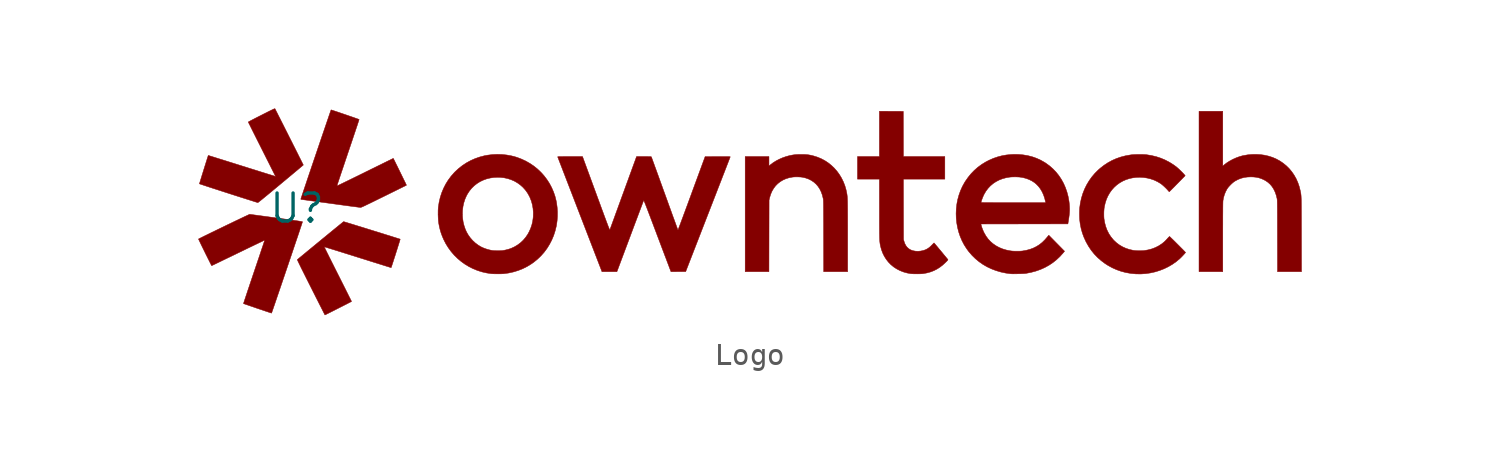
<source format=kicad_sym>
(kicad_symbol_lib
  (version 20241209)
  (generator "kicad_symbol_editor")
  (generator_version "9.0")
  (symbol "Logo"
    (property "Reference" "U"
      (at 0 0 0)
      (effects (font (size 1.27 1.27))))
    (property "Value" ""
      (at 0 0 0)
      (effects (font (size 1.27 1.27))))
    (symbol "Logo_0_0"
      (polyline (pts (xy -1.778 0.254) (xy -1.766 0.262) (xy -1.741 0.281) (xy -1.703 0.311) (xy -1.652 0.351) (xy -1.59 0.401) (xy -1.517 0.461) (xy -1.434 0.529) (xy -1.34 0.606) (xy -1.236 0.692) (xy -1.124 0.784) (xy -1.004 0.884) (xy -0.875 0.991) (xy -0.739 1.104) (xy -0.737 1.106) (xy -0.618 1.205) (xy -0.504 1.3) (xy -0.394 1.392) (xy -0.289 1.479) (xy -0.191 1.561) (xy -0.1 1.637) (xy -0.017 1.706) (xy 0.058 1.769) (xy 0.123 1.824) (xy 0.178 1.87) (xy 0.223 1.908) (xy 0.255 1.935) (xy 0.276 1.953) (xy 0.282 1.959) (xy 0.282 1.961) (xy 0.274 1.976) (xy 0.259 2.007) (xy 0.237 2.051) (xy 0.209 2.107) (xy 0.175 2.176) (xy 0.136 2.254) (xy 0.091 2.342) (xy 0.043 2.439) (xy -0.009 2.543) (xy -0.064 2.652) (xy -0.122 2.768) (xy -0.182 2.886) (xy -0.243 3.009) (xy -0.306 3.133) (xy -0.369 3.257) (xy -0.431 3.382) (xy -0.494 3.506) (xy -0.555 3.627) (xy -0.614 3.744) (xy -0.671 3.857) (xy -0.726 3.965) (xy -0.776 4.066) (xy -0.824 4.159) (xy -0.867 4.244) (xy -0.904 4.319) (xy -0.937 4.383) (xy -0.963 4.434) (xy -0.983 4.473) (xy -0.996 4.498) (xy -1.001 4.508) (xy -1.004 4.51) (xy -1.008 4.511) (xy -1.016 4.511) (xy -1.028 4.508) (xy -1.044 4.502) (xy -1.068 4.492) (xy -1.098 4.478) (xy -1.137 4.459) (xy -1.186 4.436) (xy -1.246 4.406) (xy -1.317 4.371) (xy -1.401 4.328) (xy -1.499 4.279) (xy -1.613 4.221) (xy -1.706 4.174) (xy -1.799 4.127) (xy -1.885 4.083) (xy -1.964 4.042) (xy -2.035 4.005) (xy -2.095 3.974) (xy -2.144 3.947) (xy -2.181 3.927) (xy -2.204 3.914) (xy -2.212 3.908) (xy -2.212 3.907) (xy -2.206 3.894) (xy -2.192 3.866) (xy -2.171 3.823) (xy -2.143 3.768) (xy -2.109 3.699) (xy -2.069 3.619) (xy -2.024 3.528) (xy -1.974 3.428) (xy -1.919 3.319) (xy -1.86 3.201) (xy -1.798 3.077) (xy -1.732 2.946) (xy -1.664 2.811) (xy -1.593 2.671) (xy -1.575 2.634) (xy -1.505 2.495) (xy -1.437 2.361) (xy -1.373 2.232) (xy -1.311 2.11) (xy -1.253 1.995) (xy -1.2 1.889) (xy -1.151 1.791) (xy -1.107 1.704) (xy -1.069 1.628) (xy -1.036 1.563) (xy -1.01 1.511) (xy -0.992 1.473) (xy -0.98 1.45) (xy -0.976 1.441) (xy -0.977 1.442) (xy -0.992 1.446) (xy -1.023 1.456) (xy -1.069 1.47) (xy -1.13 1.489) (xy -1.205 1.512) (xy -1.292 1.539) (xy -1.391 1.57) (xy -1.5 1.604) (xy -1.62 1.641) (xy -1.749 1.682) (xy -1.886 1.725) (xy -2.031 1.77) (xy -2.182 1.817) (xy -2.338 1.867) (xy -2.5 1.917) (xy -2.56 1.936) (xy -2.72 1.986) (xy -2.874 2.035) (xy -3.023 2.081) (xy -3.165 2.126) (xy -3.3 2.168) (xy -3.425 2.207) (xy -3.542 2.243) (xy -3.647 2.276) (xy -3.742 2.306) (xy -3.825 2.332) (xy -3.894 2.353) (xy -3.95 2.37) (xy -3.991 2.383) (xy -4.017 2.39) (xy -4.026 2.393) (xy -4.028 2.385) (xy -4.036 2.362) (xy -4.048 2.324) (xy -4.065 2.274) (xy -4.084 2.213) (xy -4.106 2.142) (xy -4.131 2.064) (xy -4.157 1.98) (xy -4.185 1.892) (xy -4.213 1.801) (xy -4.242 1.709) (xy -4.27 1.618) (xy -4.298 1.53) (xy -4.324 1.445) (xy -4.348 1.366) (xy -4.37 1.295) (xy -4.389 1.232) (xy -4.405 1.181) (xy -4.417 1.141) (xy -4.424 1.116) (xy -4.426 1.107) (xy -4.426 1.106) (xy -4.412 1.101) (xy -4.382 1.091) (xy -4.337 1.075) (xy -4.278 1.056) (xy -4.206 1.032) (xy -4.121 1.004) (xy -4.024 0.972) (xy -3.918 0.937) (xy -3.801 0.899) (xy -3.676 0.859) (xy -3.544 0.816) (xy -3.405 0.771) (xy -3.26 0.724) (xy -3.11 0.676) (xy -3.07 0.663) (xy -2.921 0.615) (xy -2.777 0.569) (xy -2.639 0.525) (xy -2.508 0.483) (xy -2.384 0.444) (xy -2.269 0.407) (xy -2.164 0.374) (xy -2.069 0.344) (xy -1.986 0.318) (xy -1.916 0.295) (xy -1.859 0.278) (xy -1.816 0.265) (xy -1.789 0.257) (xy -1.779 0.254) (xy -1.778 0.254)) (stroke (width 0.01) (type default)) (fill (type outline)))
      (polyline (pts (xy -1.156 -4.75) (xy -1.148 -4.729) (xy -1.135 -4.693) (xy -1.117 -4.641) (xy -1.094 -4.576) (xy -1.067 -4.498) (xy -1.036 -4.407) (xy -1.001 -4.306) (xy -0.963 -4.194) (xy -0.922 -4.073) (xy -0.878 -3.944) (xy -0.831 -3.807) (xy -0.782 -3.664) (xy -0.731 -3.514) (xy -0.679 -3.361) (xy -0.626 -3.203) (xy -0.571 -3.043) (xy -0.516 -2.88) (xy -0.46 -2.716) (xy -0.405 -2.553) (xy -0.35 -2.39) (xy -0.295 -2.228) (xy -0.241 -2.07) (xy -0.189 -1.914) (xy -0.138 -1.763) (xy -0.089 -1.617) (xy -0.042 -1.478) (xy 0.003 -1.346) (xy 0.045 -1.222) (xy 0.084 -1.106) (xy 0.119 -1.001) (xy 0.15 -0.906) (xy 0.178 -0.823) (xy 0.202 -0.752) (xy 0.22 -0.695) (xy 0.234 -0.653) (xy 0.243 -0.626) (xy 0.246 -0.615) (xy 0.245 -0.614) (xy 0.24 -0.612) (xy 0.228 -0.608) (xy 0.208 -0.604) (xy 0.179 -0.599) (xy 0.14 -0.592) (xy 0.091 -0.584) (xy 0.032 -0.575) (xy -0.04 -0.565) (xy -0.124 -0.553) (xy -0.222 -0.539) (xy -0.334 -0.523) (xy -0.461 -0.505) (xy -0.604 -0.485) (xy -0.763 -0.464) (xy -0.939 -0.439) (xy -0.98 -0.434) (xy -1.125 -0.414) (xy -1.264 -0.395) (xy -1.397 -0.377) (xy -1.522 -0.36) (xy -1.64 -0.344) (xy -1.748 -0.33) (xy -1.845 -0.316) (xy -1.931 -0.305) (xy -2.005 -0.295) (xy -2.064 -0.287) (xy -2.109 -0.281) (xy -2.138 -0.278) (xy -2.15 -0.277) (xy -2.159 -0.28) (xy -2.184 -0.291) (xy -2.223 -0.308) (xy -2.275 -0.333) (xy -2.339 -0.362) (xy -2.413 -0.397) (xy -2.497 -0.437) (xy -2.589 -0.481) (xy -2.689 -0.529) (xy -2.795 -0.579) (xy -2.905 -0.632) (xy -3.02 -0.688) (xy -3.138 -0.744) (xy -3.256 -0.801) (xy -3.376 -0.859) (xy -3.495 -0.917) (xy -3.612 -0.973) (xy -3.726 -1.029) (xy -3.837 -1.082) (xy -3.942 -1.134) (xy -4.04 -1.182) (xy -4.132 -1.227) (xy -4.215 -1.267) (xy -4.288 -1.304) (xy -4.35 -1.335) (xy -4.4 -1.36) (xy -4.438 -1.379) (xy -4.461 -1.391) (xy -4.468 -1.396) (xy -4.465 -1.405) (xy -4.455 -1.428) (xy -4.437 -1.465) (xy -4.414 -1.513) (xy -4.386 -1.572) (xy -4.354 -1.639) (xy -4.318 -1.713) (xy -4.279 -1.792) (xy -4.238 -1.875) (xy -4.196 -1.961) (xy -4.154 -2.047) (xy -4.112 -2.132) (xy -4.07 -2.215) (xy -4.031 -2.294) (xy -3.994 -2.367) (xy -3.961 -2.434) (xy -3.932 -2.491) (xy -3.908 -2.539) (xy -3.889 -2.575) (xy -3.877 -2.597) (xy -3.872 -2.605) (xy -3.863 -2.601) (xy -3.838 -2.589) (xy -3.799 -2.57) (xy -3.745 -2.545) (xy -3.68 -2.513) (xy -3.602 -2.476) (xy -3.514 -2.433) (xy -3.415 -2.385) (xy -3.308 -2.333) (xy -3.192 -2.277) (xy -3.069 -2.218) (xy -2.94 -2.156) (xy -2.805 -2.091) (xy -2.667 -2.023) (xy -2.664 -2.022) (xy -2.525 -1.955) (xy -2.391 -1.89) (xy -2.262 -1.827) (xy -2.14 -1.768) (xy -2.025 -1.713) (xy -1.918 -1.661) (xy -1.82 -1.615) (xy -1.732 -1.572) (xy -1.655 -1.536) (xy -1.59 -1.505) (xy -1.538 -1.48) (xy -1.5 -1.462) (xy -1.476 -1.451) (xy -1.467 -1.447) (xy -1.47 -1.455) (xy -1.477 -1.48) (xy -1.49 -1.52) (xy -1.509 -1.575) (xy -1.531 -1.644) (xy -1.558 -1.725) (xy -1.59 -1.818) (xy -1.625 -1.922) (xy -1.663 -2.037) (xy -1.704 -2.16) (xy -1.749 -2.292) (xy -1.796 -2.431) (xy -1.845 -2.577) (xy -1.896 -2.728) (xy -1.949 -2.885) (xy -2 -3.035) (xy -2.051 -3.187) (xy -2.1 -3.333) (xy -2.147 -3.472) (xy -2.191 -3.604) (xy -2.233 -3.728) (xy -2.271 -3.843) (xy -2.306 -3.948) (xy -2.337 -4.042) (xy -2.365 -4.124) (xy -2.387 -4.193) (xy -2.405 -4.248) (xy -2.419 -4.289) (xy -2.426 -4.314) (xy -2.429 -4.323) (xy -2.421 -4.326) (xy -2.398 -4.335) (xy -2.36 -4.348) (xy -2.308 -4.366) (xy -2.244 -4.388) (xy -2.17 -4.414) (xy -2.087 -4.442) (xy -1.996 -4.473) (xy -1.899 -4.507) (xy -1.796 -4.542) (xy -1.704 -4.573) (xy -1.605 -4.606) (xy -1.513 -4.637) (xy -1.429 -4.666) (xy -1.353 -4.691) (xy -1.288 -4.713) (xy -1.234 -4.731) (xy -1.194 -4.744) (xy -1.168 -4.753) (xy -1.158 -4.755) (xy -1.156 -4.75)) (stroke (width 0.01) (type default)) (fill (type outline)))
      (polyline (pts (xy 1.272 -4.834) (xy 1.295 -4.823) (xy 1.332 -4.805) (xy 1.38 -4.781) (xy 1.438 -4.752) (xy 1.505 -4.719) (xy 1.579 -4.681) (xy 1.658 -4.642) (xy 1.74 -4.6) (xy 1.825 -4.557) (xy 1.911 -4.513) (xy 1.996 -4.47) (xy 2.079 -4.428) (xy 2.157 -4.388) (xy 2.231 -4.351) (xy 2.297 -4.316) (xy 2.354 -4.287) (xy 2.402 -4.262) (xy 2.438 -4.244) (xy 2.46 -4.231) (xy 2.468 -4.227) (xy 2.468 -4.226) (xy 2.462 -4.213) (xy 2.448 -4.184) (xy 2.426 -4.141) (xy 2.399 -4.085) (xy 2.364 -4.017) (xy 2.324 -3.937) (xy 2.279 -3.846) (xy 2.228 -3.745) (xy 2.174 -3.636) (xy 2.115 -3.519) (xy 2.052 -3.394) (xy 1.986 -3.263) (xy 1.918 -3.127) (xy 1.847 -2.987) (xy 1.826 -2.945) (xy 1.756 -2.806) (xy 1.688 -2.671) (xy 1.624 -2.542) (xy 1.562 -2.42) (xy 1.505 -2.305) (xy 1.451 -2.198) (xy 1.403 -2.1) (xy 1.359 -2.013) (xy 1.321 -1.936) (xy 1.289 -1.872) (xy 1.264 -1.82) (xy 1.245 -1.781) (xy 1.234 -1.758) (xy 1.23 -1.749) (xy 1.231 -1.749) (xy 1.245 -1.753) (xy 1.275 -1.762) (xy 1.321 -1.776) (xy 1.381 -1.794) (xy 1.455 -1.817) (xy 1.542 -1.844) (xy 1.64 -1.874) (xy 1.749 -1.908) (xy 1.868 -1.945) (xy 1.997 -1.985) (xy 2.133 -2.028) (xy 2.277 -2.073) (xy 2.428 -2.12) (xy 2.584 -2.169) (xy 2.745 -2.22) (xy 2.793 -2.235) (xy 2.953 -2.285) (xy 3.107 -2.333) (xy 3.256 -2.38) (xy 3.398 -2.425) (xy 3.533 -2.467) (xy 3.659 -2.506) (xy 3.776 -2.543) (xy 3.882 -2.576) (xy 3.977 -2.606) (xy 4.06 -2.632) (xy 4.13 -2.653) (xy 4.187 -2.671) (xy 4.228 -2.684) (xy 4.254 -2.692) (xy 4.263 -2.694) (xy 4.268 -2.685) (xy 4.276 -2.66) (xy 4.29 -2.621) (xy 4.306 -2.57) (xy 4.327 -2.507) (xy 4.35 -2.436) (xy 4.375 -2.358) (xy 4.402 -2.273) (xy 4.431 -2.185) (xy 4.46 -2.094) (xy 4.489 -2.002) (xy 4.518 -1.911) (xy 4.546 -1.823) (xy 4.572 -1.738) (xy 4.597 -1.66) (xy 4.619 -1.589) (xy 4.638 -1.527) (xy 4.654 -1.476) (xy 4.665 -1.437) (xy 4.672 -1.412) (xy 4.674 -1.403) (xy 4.671 -1.402) (xy 4.652 -1.395) (xy 4.617 -1.384) (xy 4.569 -1.369) (xy 4.506 -1.349) (xy 4.432 -1.326) (xy 4.347 -1.299) (xy 4.253 -1.269) (xy 4.15 -1.237) (xy 4.039 -1.203) (xy 3.923 -1.166) (xy 3.801 -1.128) (xy 3.676 -1.089) (xy 3.548 -1.05) (xy 3.419 -1.01) (xy 3.289 -0.969) (xy 3.161 -0.93) (xy 3.034 -0.89) (xy 2.911 -0.852) (xy 2.792 -0.816) (xy 2.679 -0.781) (xy 2.573 -0.748) (xy 2.475 -0.718) (xy 2.386 -0.691) (xy 2.307 -0.667) (xy 2.24 -0.646) (xy 2.185 -0.63) (xy 2.144 -0.618) (xy 2.119 -0.61) (xy 2.11 -0.608) (xy 2.106 -0.61) (xy 2.089 -0.624) (xy 2.06 -0.647) (xy 2.019 -0.68) (xy 1.968 -0.722) (xy 1.907 -0.771) (xy 1.837 -0.829) (xy 1.759 -0.892) (xy 1.675 -0.961) (xy 1.585 -1.035) (xy 1.489 -1.113) (xy 1.39 -1.194) (xy 1.288 -1.278) (xy 1.183 -1.364) (xy 1.078 -1.45) (xy 0.973 -1.537) (xy 0.868 -1.623) (xy 0.765 -1.708) (xy 0.664 -1.791) (xy 0.568 -1.87) (xy 0.475 -1.946) (xy 0.389 -2.018) (xy 0.309 -2.084) (xy 0.236 -2.144) (xy 0.172 -2.197) (xy 0.117 -2.242) (xy 0.073 -2.279) (xy 0.04 -2.307) (xy 0.018 -2.325) (xy 0.011 -2.332) (xy 0.012 -2.339) (xy 0.021 -2.36) (xy 0.037 -2.396) (xy 0.061 -2.447) (xy 0.093 -2.513) (xy 0.132 -2.593) (xy 0.179 -2.689) (xy 0.234 -2.8) (xy 0.298 -2.927) (xy 0.369 -3.069) (xy 0.448 -3.227) (xy 0.535 -3.401) (xy 0.631 -3.591) (xy 0.658 -3.644) (xy 0.728 -3.784) (xy 0.796 -3.918) (xy 0.861 -4.048) (xy 0.923 -4.17) (xy 0.981 -4.285) (xy 1.035 -4.392) (xy 1.085 -4.489) (xy 1.129 -4.576) (xy 1.168 -4.653) (xy 1.2 -4.717) (xy 1.227 -4.769) (xy 1.246 -4.807) (xy 1.258 -4.83) (xy 1.263 -4.838) (xy 1.272 -4.834)) (stroke (width 0.01) (type default)) (fill (type outline)))
      (polyline (pts (xy 2.878 0.035) (xy 2.887 0.036) (xy 2.899 0.04) (xy 2.916 0.046) (xy 2.938 0.055) (xy 2.967 0.067) (xy 3.003 0.083) (xy 3.046 0.103) (xy 3.099 0.128) (xy 3.16 0.158) (xy 3.233 0.193) (xy 3.317 0.233) (xy 3.413 0.28) (xy 3.521 0.333) (xy 3.644 0.394) (xy 3.781 0.461) (xy 3.934 0.536) (xy 4.058 0.597) (xy 4.181 0.658) (xy 4.299 0.716) (xy 4.411 0.771) (xy 4.515 0.823) (xy 4.61 0.87) (xy 4.696 0.912) (xy 4.772 0.95) (xy 4.836 0.982) (xy 4.888 1.007) (xy 4.926 1.026) (xy 4.95 1.038) (xy 4.958 1.043) (xy 4.958 1.043) (xy 4.954 1.052) (xy 4.943 1.077) (xy 4.925 1.114) (xy 4.902 1.163) (xy 4.873 1.222) (xy 4.84 1.289) (xy 4.804 1.363) (xy 4.765 1.443) (xy 4.724 1.527) (xy 4.682 1.613) (xy 4.64 1.699) (xy 4.598 1.784) (xy 4.557 1.868) (xy 4.518 1.947) (xy 4.481 2.021) (xy 4.449 2.087) (xy 4.42 2.145) (xy 4.396 2.193) (xy 4.378 2.229) (xy 4.366 2.252) (xy 4.361 2.26) (xy 4.359 2.259) (xy 4.343 2.251) (xy 4.312 2.236) (xy 4.266 2.213) (xy 4.208 2.184) (xy 4.137 2.15) (xy 4.054 2.109) (xy 3.961 2.063) (xy 3.858 2.012) (xy 3.746 1.957) (xy 3.626 1.898) (xy 3.499 1.835) (xy 3.365 1.77) (xy 3.227 1.701) (xy 3.083 1.631) (xy 3.01 1.594) (xy 2.869 1.525) (xy 2.732 1.458) (xy 2.602 1.394) (xy 2.479 1.334) (xy 2.363 1.277) (xy 2.255 1.224) (xy 2.157 1.177) (xy 2.069 1.134) (xy 1.992 1.097) (xy 1.927 1.066) (xy 1.875 1.041) (xy 1.836 1.023) (xy 1.813 1.012) (xy 1.804 1.009) (xy 1.804 1.01) (xy 1.809 1.024) (xy 1.818 1.055) (xy 1.833 1.1) (xy 1.853 1.16) (xy 1.878 1.234) (xy 1.906 1.32) (xy 1.939 1.418) (xy 1.975 1.526) (xy 2.015 1.645) (xy 2.058 1.772) (xy 2.104 1.908) (xy 2.152 2.051) (xy 2.202 2.201) (xy 2.255 2.356) (xy 2.308 2.516) (xy 2.325 2.563) (xy 2.378 2.722) (xy 2.43 2.875) (xy 2.48 3.023) (xy 2.527 3.164) (xy 2.572 3.298) (xy 2.614 3.423) (xy 2.653 3.539) (xy 2.688 3.644) (xy 2.72 3.739) (xy 2.747 3.821) (xy 2.77 3.891) (xy 2.788 3.947) (xy 2.802 3.989) (xy 2.81 4.014) (xy 2.812 4.024) (xy 2.807 4.026) (xy 2.786 4.034) (xy 2.751 4.047) (xy 2.703 4.064) (xy 2.643 4.085) (xy 2.575 4.109) (xy 2.498 4.136) (xy 2.416 4.164) (xy 2.329 4.194) (xy 2.24 4.225) (xy 2.149 4.256) (xy 2.059 4.287) (xy 1.97 4.317) (xy 1.886 4.346) (xy 1.807 4.372) (xy 1.736 4.396) (xy 1.673 4.417) (xy 1.62 4.434) (xy 1.58 4.447) (xy 1.553 4.456) (xy 1.542 4.459) (xy 1.542 4.458) (xy 1.537 4.446) (xy 1.526 4.417) (xy 1.511 4.374) (xy 1.491 4.316) (xy 1.466 4.244) (xy 1.437 4.16) (xy 1.405 4.065) (xy 1.368 3.959) (xy 1.329 3.843) (xy 1.286 3.719) (xy 1.241 3.586) (xy 1.194 3.447) (xy 1.144 3.302) (xy 1.093 3.152) (xy 1.04 2.997) (xy 0.987 2.839) (xy 0.932 2.679) (xy 0.878 2.518) (xy 0.823 2.356) (xy 0.768 2.195) (xy 0.714 2.035) (xy 0.66 1.877) (xy 0.608 1.722) (xy 0.557 1.572) (xy 0.508 1.427) (xy 0.461 1.288) (xy 0.417 1.155) (xy 0.375 1.031) (xy 0.336 0.915) (xy 0.3 0.809) (xy 0.269 0.714) (xy 0.241 0.63) (xy 0.217 0.559) (xy 0.198 0.501) (xy 0.183 0.457) (xy 0.174 0.429) (xy 0.171 0.416) (xy 0.171 0.414) (xy 0.174 0.405) (xy 0.188 0.399) (xy 0.216 0.394) (xy 0.227 0.393) (xy 0.255 0.389) (xy 0.3 0.383) (xy 0.359 0.375) (xy 0.433 0.365) (xy 0.52 0.353) (xy 0.618 0.339) (xy 0.728 0.325) (xy 0.847 0.308) (xy 0.975 0.291) (xy 1.11 0.272) (xy 1.252 0.253) (xy 1.399 0.233) (xy 1.551 0.212) (xy 1.675 0.195) (xy 1.823 0.175) (xy 1.966 0.155) (xy 2.102 0.137) (xy 2.231 0.119) (xy 2.351 0.103) (xy 2.461 0.088) (xy 2.561 0.075) (xy 2.649 0.064) (xy 2.724 0.054) (xy 2.786 0.046) (xy 2.832 0.04) (xy 2.862 0.036) (xy 2.876 0.035) (xy 2.878 0.035)) (stroke (width 0.01) (type default)) (fill (type outline)))
      (polyline (pts (xy 9.188 -2.975) (xy 9.259 -2.974) (xy 9.32 -2.971) (xy 9.367 -2.968) (xy 9.373 -2.967) (xy 9.598 -2.936) (xy 9.816 -2.887) (xy 10.027 -2.822) (xy 10.231 -2.741) (xy 10.427 -2.643) (xy 10.615 -2.528) (xy 10.737 -2.442) (xy 10.905 -2.304) (xy 11.06 -2.154) (xy 11.203 -1.992) (xy 11.331 -1.819) (xy 11.445 -1.635) (xy 11.545 -1.442) (xy 11.63 -1.241) (xy 11.698 -1.031) (xy 11.751 -0.815) (xy 11.761 -0.761) (xy 11.788 -0.566) (xy 11.802 -0.365) (xy 11.803 -0.161) (xy 11.79 0.04) (xy 11.764 0.234) (xy 11.746 0.333) (xy 11.693 0.543) (xy 11.623 0.746) (xy 11.538 0.941) (xy 11.438 1.128) (xy 11.323 1.305) (xy 11.195 1.473) (xy 11.054 1.63) (xy 10.9 1.776) (xy 10.735 1.909) (xy 10.558 2.029) (xy 10.371 2.136) (xy 10.174 2.228) (xy 9.968 2.306) (xy 9.926 2.319) (xy 9.72 2.374) (xy 9.507 2.413) (xy 9.29 2.436) (xy 9.071 2.442) (xy 8.852 2.432) (xy 8.635 2.405) (xy 8.491 2.378) (xy 8.278 2.322) (xy 8.072 2.25) (xy 7.872 2.162) (xy 7.681 2.058) (xy 7.499 1.939) (xy 7.328 1.805) (xy 7.167 1.657) (xy 7.125 1.614) (xy 6.981 1.45) (xy 6.852 1.276) (xy 6.738 1.093) (xy 6.64 0.9) (xy 6.556 0.698) (xy 6.489 0.489) (xy 6.439 0.274) (xy 6.404 0.052) (xy 6.399 -0.008) (xy 6.394 -0.096) (xy 6.393 -0.192) (xy 6.393 -0.271) (xy 7.494 -0.271) (xy 7.5 -0.097) (xy 7.521 0.075) (xy 7.557 0.242) (xy 7.609 0.404) (xy 7.676 0.558) (xy 7.722 0.644) (xy 7.812 0.782) (xy 7.914 0.907) (xy 8.029 1.019) (xy 8.155 1.118) (xy 8.29 1.203) (xy 8.436 1.273) (xy 8.59 1.329) (xy 8.752 1.369) (xy 8.921 1.394) (xy 9.097 1.402) (xy 9.204 1.399) (xy 9.376 1.381) (xy 9.541 1.346) (xy 9.699 1.295) (xy 9.849 1.23) (xy 9.989 1.149) (xy 10.12 1.055) (xy 10.241 0.947) (xy 10.35 0.825) (xy 10.446 0.691) (xy 10.529 0.544) (xy 10.557 0.485) (xy 10.621 0.323) (xy 10.667 0.155) (xy 10.697 -0.019) (xy 10.71 -0.197) (xy 10.706 -0.379) (xy 10.701 -0.44) (xy 10.678 -0.606) (xy 10.64 -0.763) (xy 10.587 -0.917) (xy 10.518 -1.07) (xy 10.452 -1.19) (xy 10.357 -1.327) (xy 10.25 -1.452) (xy 10.13 -1.565) (xy 9.999 -1.663) (xy 9.858 -1.748) (xy 9.708 -1.817) (xy 9.704 -1.818) (xy 9.633 -1.844) (xy 9.551 -1.868) (xy 9.466 -1.89) (xy 9.383 -1.907) (xy 9.311 -1.919) (xy 9.291 -1.921) (xy 9.239 -1.924) (xy 9.177 -1.926) (xy 9.108 -1.926) (xy 9.037 -1.926) (xy 8.971 -1.924) (xy 8.913 -1.921) (xy 8.868 -1.917) (xy 8.844 -1.914) (xy 8.74 -1.894) (xy 8.63 -1.865) (xy 8.52 -1.829) (xy 8.417 -1.788) (xy 8.326 -1.744) (xy 8.207 -1.671) (xy 8.079 -1.575) (xy 7.961 -1.465) (xy 7.854 -1.345) (xy 7.761 -1.216) (xy 7.683 -1.08) (xy 7.624 -0.948) (xy 7.569 -0.785) (xy 7.528 -0.617) (xy 7.504 -0.445) (xy 7.494 -0.271) (xy 6.393 -0.271) (xy 6.393 -0.294) (xy 6.396 -0.395) (xy 6.401 -0.492) (xy 6.408 -0.581) (xy 6.417 -0.655) (xy 6.422 -0.686) (xy 6.451 -0.841) (xy 6.486 -0.985) (xy 6.528 -1.125) (xy 6.58 -1.266) (xy 6.641 -1.409) (xy 6.74 -1.604) (xy 6.854 -1.788) (xy 6.981 -1.962) (xy 7.12 -2.124) (xy 7.272 -2.274) (xy 7.434 -2.411) (xy 7.607 -2.536) (xy 7.789 -2.646) (xy 7.979 -2.742) (xy 8.177 -2.822) (xy 8.382 -2.887) (xy 8.593 -2.935) (xy 8.809 -2.967) (xy 8.836 -2.969) (xy 8.892 -2.972) (xy 8.959 -2.974) (xy 9.034 -2.975) (xy 9.111 -2.976) (xy 9.188 -2.975)) (stroke (width 0.01) (type default)) (fill (type outline)))
      (polyline (pts (xy 17.284 -2.874) (xy 17.617 -2.872) (xy 18.623 -0.281) (xy 18.645 -0.225) (xy 18.726 -0.017) (xy 18.805 0.186) (xy 18.882 0.385) (xy 18.957 0.577) (xy 19.029 0.763) (xy 19.098 0.942) (xy 19.165 1.113) (xy 19.228 1.275) (xy 19.287 1.429) (xy 19.343 1.572) (xy 19.395 1.705) (xy 19.442 1.827) (xy 19.485 1.938) (xy 19.523 2.036) (xy 19.556 2.121) (xy 19.583 2.192) (xy 19.605 2.249) (xy 19.621 2.29) (xy 19.631 2.316) (xy 19.635 2.326) (xy 19.635 2.329) (xy 19.633 2.332) (xy 19.627 2.334) (xy 19.616 2.336) (xy 19.598 2.338) (xy 19.573 2.339) (xy 19.539 2.34) (xy 19.494 2.34) (xy 19.437 2.341) (xy 19.368 2.341) (xy 19.284 2.341) (xy 19.185 2.34) (xy 19.068 2.34) (xy 18.497 2.337) (xy 17.884 0.67) (xy 17.871 0.633) (xy 17.81 0.467) (xy 17.75 0.305) (xy 17.693 0.149) (xy 17.637 -0.001) (xy 17.585 -0.143) (xy 17.535 -0.277) (xy 17.489 -0.402) (xy 17.446 -0.517) (xy 17.407 -0.622) (xy 17.372 -0.716) (xy 17.341 -0.797) (xy 17.315 -0.865) (xy 17.295 -0.919) (xy 17.279 -0.959) (xy 17.27 -0.983) (xy 17.266 -0.99) (xy 17.266 -0.99) (xy 17.262 -0.98) (xy 17.252 -0.953) (xy 17.236 -0.91) (xy 17.215 -0.854) (xy 17.189 -0.783) (xy 17.159 -0.7) (xy 17.124 -0.604) (xy 17.085 -0.497) (xy 17.042 -0.38) (xy 16.996 -0.253) (xy 16.947 -0.117) (xy 16.895 0.026) (xy 16.84 0.177) (xy 16.784 0.334) (xy 16.725 0.496) (xy 16.665 0.663) (xy 16.66 0.676) (xy 16.599 0.843) (xy 16.541 1.005) (xy 16.484 1.162) (xy 16.43 1.313) (xy 16.378 1.456) (xy 16.329 1.591) (xy 16.283 1.718) (xy 16.24 1.835) (xy 16.201 1.942) (xy 16.167 2.038) (xy 16.136 2.121) (xy 16.111 2.191) (xy 16.09 2.248) (xy 16.075 2.29) (xy 16.065 2.316) (xy 16.061 2.326) (xy 16.059 2.329) (xy 16.054 2.332) (xy 16.045 2.335) (xy 16.031 2.338) (xy 16.008 2.339) (xy 15.977 2.341) (xy 15.934 2.341) (xy 15.878 2.342) (xy 15.808 2.342) (xy 15.721 2.342) (xy 15.389 2.342) (xy 15.376 2.303) (xy 15.375 2.301) (xy 15.369 2.285) (xy 15.357 2.252) (xy 15.34 2.205) (xy 15.318 2.144) (xy 15.291 2.07) (xy 15.26 1.985) (xy 15.225 1.889) (xy 15.186 1.783) (xy 15.145 1.669) (xy 15.1 1.547) (xy 15.053 1.418) (xy 15.005 1.284) (xy 14.954 1.146) (xy 14.902 1.004) (xy 14.85 0.86) (xy 14.797 0.714) (xy 14.743 0.568) (xy 14.69 0.422) (xy 14.638 0.278) (xy 14.586 0.137) (xy 14.536 -0.001) (xy 14.488 -0.133) (xy 14.441 -0.26) (xy 14.398 -0.38) (xy 14.357 -0.493) (xy 14.319 -0.596) (xy 14.285 -0.69) (xy 14.255 -0.772) (xy 14.229 -0.843) (xy 14.208 -0.901) (xy 14.192 -0.945) (xy 14.181 -0.974) (xy 14.176 -0.986) (xy 14.175 -0.986) (xy 14.171 -0.98) (xy 14.165 -0.968) (xy 14.156 -0.947) (xy 14.144 -0.919) (xy 14.129 -0.882) (xy 14.111 -0.836) (xy 14.089 -0.779) (xy 14.064 -0.712) (xy 14.034 -0.634) (xy 14.001 -0.545) (xy 13.963 -0.443) (xy 13.92 -0.328) (xy 13.873 -0.199) (xy 13.82 -0.057) (xy 13.762 0.101) (xy 13.699 0.274) (xy 13.629 0.462) (xy 13.554 0.667) (xy 12.939 2.342) (xy 12.374 2.342) (xy 12.272 2.342) (xy 12.172 2.342) (xy 12.086 2.342) (xy 12.016 2.341) (xy 11.959 2.341) (xy 11.913 2.34) (xy 11.878 2.339) (xy 11.852 2.338) (xy 11.834 2.336) (xy 11.822 2.334) (xy 11.816 2.332) (xy 11.814 2.329) (xy 11.814 2.326) (xy 11.815 2.325) (xy 11.82 2.311) (xy 11.832 2.281) (xy 11.85 2.235) (xy 11.873 2.174) (xy 11.902 2.099) (xy 11.936 2.011) (xy 11.975 1.909) (xy 12.019 1.796) (xy 12.067 1.67) (xy 12.12 1.534) (xy 12.176 1.388) (xy 12.236 1.232) (xy 12.3 1.067) (xy 12.367 0.893) (xy 12.437 0.713) (xy 12.509 0.525) (xy 12.584 0.331) (xy 12.661 0.131) (xy 12.74 -0.074) (xy 12.821 -0.283) (xy 13.822 -2.877) (xy 14.16 -2.877) (xy 14.499 -2.877) (xy 15.1 -1.273) (xy 15.155 -1.126) (xy 15.215 -0.965) (xy 15.273 -0.81) (xy 15.329 -0.661) (xy 15.383 -0.518) (xy 15.434 -0.383) (xy 15.481 -0.257) (xy 15.525 -0.141) (xy 15.565 -0.034) (xy 15.601 0.061) (xy 15.632 0.145) (xy 15.659 0.215) (xy 15.68 0.272) (xy 15.696 0.314) (xy 15.707 0.341) (xy 15.711 0.351) (xy 15.711 0.352) (xy 15.713 0.352) (xy 15.717 0.349) (xy 15.722 0.342) (xy 15.728 0.329) (xy 15.737 0.31) (xy 15.748 0.285) (xy 15.761 0.253) (xy 15.777 0.212) (xy 15.797 0.164) (xy 15.819 0.105) (xy 15.846 0.037) (xy 15.876 -0.042) (xy 15.911 -0.132) (xy 15.95 -0.235) (xy 15.994 -0.35) (xy 16.043 -0.479) (xy 16.097 -0.622) (xy 16.157 -0.781) (xy 16.223 -0.955) (xy 16.295 -1.145) (xy 16.317 -1.205) (xy 16.378 -1.365) (xy 16.437 -1.521) (xy 16.494 -1.673) (xy 16.549 -1.819) (xy 16.602 -1.958) (xy 16.651 -2.089) (xy 16.698 -2.211) (xy 16.741 -2.324) (xy 16.779 -2.427) (xy 16.814 -2.518) (xy 16.844 -2.597) (xy 16.868 -2.662) (xy 16.888 -2.714) (xy 16.901 -2.75) (xy 16.909 -2.77) (xy 16.95 -2.877) (xy 17.284 -2.874)) (stroke (width 0.01) (type default)) (fill (type outline)))
      (polyline (pts (xy 21.393 -1.255) (xy 21.396 0.367) (xy 21.416 0.455) (xy 21.424 0.486) (xy 21.47 0.636) (xy 21.53 0.774) (xy 21.604 0.9) (xy 21.69 1.014) (xy 21.79 1.115) (xy 21.901 1.202) (xy 22.024 1.276) (xy 22.158 1.336) (xy 22.303 1.381) (xy 22.458 1.411) (xy 22.491 1.415) (xy 22.553 1.419) (xy 22.624 1.421) (xy 22.698 1.42) (xy 22.771 1.418) (xy 22.836 1.414) (xy 22.889 1.407) (xy 22.906 1.405) (xy 23.052 1.371) (xy 23.188 1.323) (xy 23.312 1.26) (xy 23.426 1.183) (xy 23.527 1.093) (xy 23.617 0.989) (xy 23.694 0.873) (xy 23.758 0.744) (xy 23.809 0.602) (xy 23.847 0.449) (xy 23.849 0.438) (xy 23.852 0.425) (xy 23.854 0.412) (xy 23.855 0.398) (xy 23.857 0.381) (xy 23.859 0.361) (xy 23.86 0.337) (xy 23.861 0.309) (xy 23.862 0.275) (xy 23.863 0.234) (xy 23.864 0.186) (xy 23.865 0.13) (xy 23.865 0.065) (xy 23.866 -0.01) (xy 23.866 -0.095) (xy 23.867 -0.192) (xy 23.867 -0.301) (xy 23.868 -0.424) (xy 23.868 -0.56) (xy 23.869 -0.712) (xy 23.869 -0.879) (xy 23.869 -1.063) (xy 23.87 -1.264) (xy 23.873 -2.877) (xy 24.415 -2.877) (xy 24.958 -2.877) (xy 24.958 -1.282) (xy 24.958 -1.221) (xy 24.958 -1.015) (xy 24.958 -0.827) (xy 24.957 -0.654) (xy 24.957 -0.497) (xy 24.957 -0.355) (xy 24.956 -0.226) (xy 24.956 -0.11) (xy 24.955 -0.006) (xy 24.954 0.087) (xy 24.953 0.169) (xy 24.952 0.242) (xy 24.951 0.307) (xy 24.949 0.364) (xy 24.947 0.414) (xy 24.945 0.458) (xy 24.942 0.497) (xy 24.94 0.532) (xy 24.937 0.563) (xy 24.933 0.592) (xy 24.93 0.619) (xy 24.926 0.646) (xy 24.921 0.672) (xy 24.888 0.832) (xy 24.834 1.019) (xy 24.764 1.198) (xy 24.68 1.369) (xy 24.583 1.529) (xy 24.473 1.68) (xy 24.351 1.819) (xy 24.217 1.946) (xy 24.073 2.06) (xy 23.919 2.161) (xy 23.755 2.247) (xy 23.583 2.318) (xy 23.404 2.374) (xy 23.372 2.381) (xy 23.297 2.4) (xy 23.229 2.413) (xy 23.166 2.423) (xy 23.101 2.43) (xy 23.031 2.435) (xy 22.952 2.437) (xy 22.859 2.438) (xy 22.843 2.438) (xy 22.756 2.437) (xy 22.681 2.435) (xy 22.616 2.431) (xy 22.555 2.425) (xy 22.493 2.417) (xy 22.428 2.406) (xy 22.353 2.391) (xy 22.312 2.382) (xy 22.157 2.339) (xy 22.002 2.284) (xy 21.851 2.218) (xy 21.707 2.142) (xy 21.574 2.058) (xy 21.456 1.968) (xy 21.391 1.913) (xy 21.391 2.128) (xy 21.391 2.342) (xy 20.852 2.342) (xy 20.314 2.342) (xy 20.314 -0.267) (xy 20.314 -2.877) (xy 20.852 -2.877) (xy 21.39 -2.877) (xy 21.393 -1.255)) (stroke (width 0.01) (type default)) (fill (type outline)))
      (polyline (pts (xy 28.198 -2.975) (xy 28.261 -2.973) (xy 28.314 -2.971) (xy 28.352 -2.968) (xy 28.383 -2.964) (xy 28.554 -2.933) (xy 28.714 -2.889) (xy 28.865 -2.831) (xy 29.009 -2.758) (xy 29.148 -2.669) (xy 29.282 -2.563) (xy 29.414 -2.44) (xy 29.427 -2.427) (xy 29.461 -2.392) (xy 29.484 -2.367) (xy 29.498 -2.35) (xy 29.504 -2.338) (xy 29.505 -2.33) (xy 29.5 -2.323) (xy 29.498 -2.321) (xy 29.486 -2.306) (xy 29.464 -2.279) (xy 29.433 -2.242) (xy 29.394 -2.194) (xy 29.348 -2.139) (xy 29.297 -2.077) (xy 29.242 -2.01) (xy 29.183 -1.939) (xy 29.16 -1.911) (xy 29.103 -1.843) (xy 29.05 -1.779) (xy 29.002 -1.721) (xy 28.959 -1.671) (xy 28.925 -1.629) (xy 28.898 -1.598) (xy 28.881 -1.579) (xy 28.874 -1.572) (xy 28.874 -1.572) (xy 28.864 -1.58) (xy 28.845 -1.599) (xy 28.819 -1.626) (xy 28.788 -1.658) (xy 28.786 -1.66) (xy 28.719 -1.727) (xy 28.656 -1.782) (xy 28.592 -1.827) (xy 28.523 -1.865) (xy 28.485 -1.883) (xy 28.38 -1.919) (xy 28.267 -1.942) (xy 28.151 -1.952) (xy 28.036 -1.947) (xy 27.926 -1.927) (xy 27.901 -1.921) (xy 27.807 -1.884) (xy 27.725 -1.833) (xy 27.654 -1.769) (xy 27.595 -1.69) (xy 27.547 -1.597) (xy 27.511 -1.49) (xy 27.49 -1.412) (xy 27.487 -0.046) (xy 27.485 1.32) (xy 28.425 1.32) (xy 29.364 1.32) (xy 29.364 1.831) (xy 29.364 2.342) (xy 28.425 2.342) (xy 27.485 2.342) (xy 27.483 3.366) (xy 27.48 4.39) (xy 26.94 4.393) (xy 26.399 4.395) (xy 26.399 3.369) (xy 26.399 2.342) (xy 25.902 2.342) (xy 25.405 2.342) (xy 25.405 1.831) (xy 25.405 1.32) (xy 25.902 1.32) (xy 26.399 1.32) (xy 26.4 -0.023) (xy 26.4 -0.062) (xy 26.4 -0.248) (xy 26.4 -0.417) (xy 26.4 -0.57) (xy 26.4 -0.708) (xy 26.401 -0.831) (xy 26.401 -0.941) (xy 26.402 -1.039) (xy 26.402 -1.126) (xy 26.404 -1.202) (xy 26.405 -1.27) (xy 26.406 -1.328) (xy 26.408 -1.379) (xy 26.41 -1.424) (xy 26.412 -1.463) (xy 26.415 -1.498) (xy 26.417 -1.528) (xy 26.421 -1.557) (xy 26.424 -1.584) (xy 26.428 -1.61) (xy 26.432 -1.636) (xy 26.444 -1.7) (xy 26.488 -1.869) (xy 26.546 -2.028) (xy 26.62 -2.177) (xy 26.707 -2.316) (xy 26.807 -2.443) (xy 26.92 -2.559) (xy 27.045 -2.662) (xy 27.182 -2.751) (xy 27.329 -2.827) (xy 27.486 -2.889) (xy 27.653 -2.936) (xy 27.828 -2.967) (xy 27.832 -2.967) (xy 27.872 -2.97) (xy 27.926 -2.973) (xy 27.989 -2.975) (xy 28.058 -2.975) (xy 28.129 -2.976) (xy 28.198 -2.975)) (stroke (width 0.01) (type default)) (fill (type outline)))
      (polyline (pts (xy 32.528 -2.974) (xy 32.6 -2.974) (xy 32.675 -2.972) (xy 32.751 -2.97) (xy 32.824 -2.968) (xy 32.892 -2.965) (xy 32.95 -2.962) (xy 32.997 -2.959) (xy 33.029 -2.955) (xy 33.045 -2.953) (xy 33.275 -2.908) (xy 33.495 -2.849) (xy 33.703 -2.775) (xy 33.901 -2.686) (xy 34.089 -2.582) (xy 34.266 -2.463) (xy 34.432 -2.33) (xy 34.589 -2.181) (xy 34.735 -2.018) (xy 34.791 -1.95) (xy 34.434 -1.587) (xy 34.077 -1.224) (xy 33.977 -1.343) (xy 33.897 -1.434) (xy 33.779 -1.55) (xy 33.654 -1.65) (xy 33.521 -1.734) (xy 33.379 -1.805) (xy 33.227 -1.862) (xy 33.063 -1.906) (xy 32.886 -1.938) (xy 32.845 -1.942) (xy 32.786 -1.946) (xy 32.717 -1.948) (xy 32.643 -1.948) (xy 32.568 -1.948) (xy 32.497 -1.946) (xy 32.434 -1.943) (xy 32.384 -1.938) (xy 32.325 -1.93) (xy 32.148 -1.894) (xy 31.982 -1.844) (xy 31.827 -1.78) (xy 31.683 -1.702) (xy 31.551 -1.611) (xy 31.43 -1.507) (xy 31.322 -1.389) (xy 31.227 -1.258) (xy 31.145 -1.115) (xy 31.12 -1.064) (xy 31.085 -0.983) (xy 31.053 -0.9) (xy 31.027 -0.821) (xy 31.008 -0.752) (xy 31 -0.714) (xy 32.971 -0.712) (xy 34.943 -0.71) (xy 34.968 -0.557) (xy 34.987 -0.434) (xy 35.002 -0.318) (xy 35.012 -0.212) (xy 35.018 -0.115) (xy 35.019 -0.021) (xy 35.016 0.072) (xy 35.009 0.169) (xy 34.998 0.271) (xy 34.991 0.327) (xy 34.952 0.54) (xy 34.897 0.746) (xy 34.827 0.944) (xy 34.743 1.133) (xy 34.644 1.312) (xy 34.531 1.481) (xy 34.405 1.639) (xy 34.265 1.784) (xy 34.113 1.918) (xy 33.949 2.038) (xy 33.889 2.077) (xy 33.709 2.179) (xy 33.522 2.264) (xy 33.328 2.332) (xy 33.126 2.384) (xy 32.916 2.419) (xy 32.7 2.438) (xy 32.476 2.44) (xy 32.364 2.434) (xy 32.154 2.414) (xy 31.952 2.378) (xy 31.757 2.327) (xy 31.565 2.261) (xy 31.374 2.178) (xy 31.218 2.097) (xy 31.034 1.984) (xy 30.862 1.858) (xy 30.702 1.718) (xy 30.554 1.565) (xy 30.417 1.396) (xy 30.29 1.214) (xy 30.263 1.171) (xy 30.161 0.987) (xy 30.075 0.795) (xy 30.004 0.597) (xy 29.948 0.393) (xy 29.924 0.269) (xy 31.007 0.269) (xy 31.009 0.284) (xy 31.018 0.316) (xy 31.031 0.357) (xy 31.048 0.405) (xy 31.067 0.457) (xy 31.087 0.507) (xy 31.107 0.554) (xy 31.125 0.594) (xy 31.145 0.634) (xy 31.227 0.774) (xy 31.323 0.901) (xy 31.43 1.015) (xy 31.55 1.117) (xy 31.682 1.204) (xy 31.824 1.278) (xy 31.977 1.337) (xy 32.139 1.381) (xy 32.311 1.411) (xy 32.321 1.412) (xy 32.374 1.416) (xy 32.439 1.419) (xy 32.511 1.42) (xy 32.585 1.42) (xy 32.656 1.418) (xy 32.718 1.415) (xy 32.768 1.411) (xy 32.903 1.389) (xy 33.049 1.351) (xy 33.185 1.3) (xy 33.311 1.238) (xy 33.423 1.165) (xy 33.501 1.101) (xy 33.603 0.998) (xy 33.693 0.882) (xy 33.771 0.751) (xy 33.837 0.608) (xy 33.89 0.452) (xy 33.931 0.282) (xy 33.937 0.253) (xy 32.472 0.253) (xy 32.321 0.253) (xy 32.143 0.253) (xy 31.982 0.253) (xy 31.836 0.253) (xy 31.706 0.253) (xy 31.591 0.253) (xy 31.488 0.254) (xy 31.399 0.254) (xy 31.321 0.254) (xy 31.254 0.255) (xy 31.197 0.255) (xy 31.15 0.256) (xy 31.111 0.257) (xy 31.08 0.258) (xy 31.056 0.259) (xy 31.037 0.26) (xy 31.024 0.261) (xy 31.015 0.263) (xy 31.01 0.265) (xy 31.008 0.267) (xy 31.007 0.269) (xy 29.924 0.269) (xy 29.908 0.184) (xy 29.884 -0.026) (xy 29.875 -0.239) (xy 29.881 -0.451) (xy 29.903 -0.663) (xy 29.94 -0.872) (xy 29.992 -1.077) (xy 30.06 -1.278) (xy 30.143 -1.473) (xy 30.241 -1.66) (xy 30.355 -1.838) (xy 30.454 -1.972) (xy 30.596 -2.136) (xy 30.75 -2.287) (xy 30.915 -2.424) (xy 31.091 -2.547) (xy 31.277 -2.655) (xy 31.474 -2.748) (xy 31.68 -2.827) (xy 31.896 -2.891) (xy 32.12 -2.939) (xy 32.352 -2.971) (xy 32.368 -2.972) (xy 32.41 -2.974) (xy 32.464 -2.975) (xy 32.528 -2.974)) (stroke (width 0.01) (type default)) (fill (type outline)))
      (polyline (pts (xy 38.474 -2.965) (xy 38.689 -2.933) (xy 38.9 -2.886) (xy 39.105 -2.822) (xy 39.305 -2.744) (xy 39.496 -2.651) (xy 39.679 -2.544) (xy 39.851 -2.423) (xy 40.012 -2.289) (xy 40.014 -2.287) (xy 40.045 -2.257) (xy 40.082 -2.221) (xy 40.12 -2.182) (xy 40.159 -2.141) (xy 40.195 -2.102) (xy 40.227 -2.067) (xy 40.253 -2.037) (xy 40.27 -2.016) (xy 40.276 -2.005) (xy 40.276 -2.005) (xy 40.268 -1.995) (xy 40.249 -1.974) (xy 40.22 -1.943) (xy 40.182 -1.904) (xy 40.137 -1.858) (xy 40.086 -1.807) (xy 40.031 -1.752) (xy 39.973 -1.693) (xy 39.914 -1.634) (xy 39.855 -1.575) (xy 39.797 -1.517) (xy 39.742 -1.463) (xy 39.691 -1.413) (xy 39.645 -1.369) (xy 39.607 -1.332) (xy 39.578 -1.304) (xy 39.558 -1.286) (xy 39.55 -1.28) (xy 39.548 -1.281) (xy 39.535 -1.292) (xy 39.513 -1.313) (xy 39.485 -1.342) (xy 39.454 -1.377) (xy 39.415 -1.42) (xy 39.372 -1.465) (xy 39.331 -1.506) (xy 39.295 -1.538) (xy 39.198 -1.616) (xy 39.059 -1.706) (xy 38.91 -1.782) (xy 38.751 -1.843) (xy 38.583 -1.888) (xy 38.406 -1.918) (xy 38.372 -1.922) (xy 38.305 -1.925) (xy 38.229 -1.927) (xy 38.149 -1.927) (xy 38.071 -1.925) (xy 38 -1.92) (xy 37.942 -1.914) (xy 37.9 -1.908) (xy 37.734 -1.871) (xy 37.575 -1.819) (xy 37.424 -1.751) (xy 37.283 -1.669) (xy 37.152 -1.572) (xy 37.032 -1.461) (xy 36.989 -1.414) (xy 36.883 -1.283) (xy 36.792 -1.141) (xy 36.717 -0.99) (xy 36.657 -0.83) (xy 36.612 -0.659) (xy 36.581 -0.477) (xy 36.578 -0.443) (xy 36.574 -0.376) (xy 36.573 -0.3) (xy 36.573 -0.22) (xy 36.575 -0.142) (xy 36.58 -0.07) (xy 36.585 -0.011) (xy 36.598 0.071) (xy 36.637 0.242) (xy 36.69 0.405) (xy 36.758 0.557) (xy 36.84 0.699) (xy 36.935 0.831) (xy 37.042 0.95) (xy 37.161 1.057) (xy 37.292 1.151) (xy 37.434 1.232) (xy 37.585 1.298) (xy 37.747 1.348) (xy 37.861 1.373) (xy 38.029 1.396) (xy 38.2 1.403) (xy 38.369 1.393) (xy 38.537 1.368) (xy 38.7 1.328) (xy 38.858 1.273) (xy 39.007 1.202) (xy 39.147 1.118) (xy 39.154 1.113) (xy 39.203 1.076) (xy 39.26 1.028) (xy 39.319 0.974) (xy 39.379 0.916) (xy 39.435 0.859) (xy 39.483 0.806) (xy 39.492 0.795) (xy 39.514 0.77) (xy 39.53 0.753) (xy 39.538 0.746) (xy 39.542 0.749) (xy 39.557 0.764) (xy 39.583 0.789) (xy 39.619 0.825) (xy 39.663 0.869) (xy 39.715 0.921) (xy 39.773 0.979) (xy 39.835 1.043) (xy 39.902 1.111) (xy 40.26 1.476) (xy 40.225 1.519) (xy 40.224 1.52) (xy 40.192 1.556) (xy 40.15 1.601) (xy 40.101 1.651) (xy 40.047 1.704) (xy 39.993 1.756) (xy 39.941 1.804) (xy 39.894 1.845) (xy 39.857 1.877) (xy 39.74 1.962) (xy 39.554 2.08) (xy 39.36 2.182) (xy 39.159 2.268) (xy 38.95 2.337) (xy 38.732 2.389) (xy 38.506 2.426) (xy 38.504 2.426) (xy 38.446 2.431) (xy 38.374 2.435) (xy 38.293 2.437) (xy 38.205 2.438) (xy 38.115 2.437) (xy 38.027 2.435) (xy 37.944 2.432) (xy 37.872 2.427) (xy 37.813 2.421) (xy 37.765 2.414) (xy 37.544 2.374) (xy 37.334 2.319) (xy 37.134 2.249) (xy 36.942 2.164) (xy 36.758 2.063) (xy 36.58 1.946) (xy 36.408 1.812) (xy 36.318 1.733) (xy 36.166 1.581) (xy 36.027 1.417) (xy 35.903 1.242) (xy 35.793 1.058) (xy 35.698 0.865) (xy 35.619 0.663) (xy 35.555 0.454) (xy 35.508 0.238) (xy 35.477 0.017) (xy 35.474 -0.027) (xy 35.471 -0.093) (xy 35.469 -0.169) (xy 35.468 -0.251) (xy 35.469 -0.332) (xy 35.471 -0.41) (xy 35.474 -0.478) (xy 35.478 -0.533) (xy 35.502 -0.721) (xy 35.542 -0.921) (xy 35.596 -1.115) (xy 35.665 -1.305) (xy 35.751 -1.494) (xy 35.773 -1.538) (xy 35.882 -1.73) (xy 36.004 -1.911) (xy 36.14 -2.079) (xy 36.29 -2.235) (xy 36.453 -2.378) (xy 36.63 -2.51) (xy 36.758 -2.592) (xy 36.952 -2.699) (xy 37.152 -2.788) (xy 37.359 -2.861) (xy 37.572 -2.917) (xy 37.792 -2.955) (xy 38.017 -2.977) (xy 38.038 -2.978) (xy 38.257 -2.98) (xy 38.474 -2.965)) (stroke (width 0.01) (type default)) (fill (type outline)))
      (polyline (pts (xy 41.964 -1.31) (xy 41.964 -1.159) (xy 41.964 -0.942) (xy 41.965 -0.744) (xy 41.965 -0.563) (xy 41.965 -0.399) (xy 41.966 -0.252) (xy 41.967 -0.122) (xy 41.967 -0.009) (xy 41.968 0.088) (xy 41.969 0.169) (xy 41.97 0.235) (xy 41.971 0.285) (xy 41.973 0.32) (xy 41.974 0.339) (xy 41.996 0.467) (xy 42.036 0.609) (xy 42.09 0.745) (xy 42.157 0.871) (xy 42.163 0.88) (xy 42.204 0.938) (xy 42.257 0.999) (xy 42.316 1.062) (xy 42.378 1.121) (xy 42.439 1.174) (xy 42.496 1.215) (xy 42.531 1.237) (xy 42.657 1.304) (xy 42.79 1.356) (xy 42.929 1.393) (xy 43.076 1.414) (xy 43.234 1.421) (xy 43.359 1.417) (xy 43.48 1.404) (xy 43.593 1.38) (xy 43.702 1.345) (xy 43.812 1.298) (xy 43.9 1.251) (xy 44.011 1.175) (xy 44.111 1.085) (xy 44.198 0.982) (xy 44.272 0.866) (xy 44.335 0.736) (xy 44.386 0.592) (xy 44.425 0.435) (xy 44.426 0.425) (xy 44.428 0.412) (xy 44.43 0.397) (xy 44.431 0.379) (xy 44.433 0.356) (xy 44.434 0.328) (xy 44.435 0.294) (xy 44.436 0.254) (xy 44.437 0.206) (xy 44.438 0.149) (xy 44.438 0.084) (xy 44.439 0.008) (xy 44.44 -0.079) (xy 44.44 -0.177) (xy 44.441 -0.287) (xy 44.441 -0.411) (xy 44.442 -0.549) (xy 44.442 -0.702) (xy 44.442 -0.871) (xy 44.443 -1.057) (xy 44.443 -1.26) (xy 44.446 -2.877) (xy 44.989 -2.877) (xy 45.532 -2.877) (xy 45.529 -1.187) (xy 45.529 -1.139) (xy 45.529 -0.934) (xy 45.528 -0.746) (xy 45.528 -0.574) (xy 45.528 -0.418) (xy 45.527 -0.277) (xy 45.527 -0.149) (xy 45.526 -0.034) (xy 45.526 0.068) (xy 45.525 0.16) (xy 45.524 0.241) (xy 45.523 0.312) (xy 45.522 0.375) (xy 45.52 0.431) (xy 45.518 0.479) (xy 45.516 0.521) (xy 45.514 0.558) (xy 45.511 0.59) (xy 45.508 0.619) (xy 45.505 0.645) (xy 45.502 0.67) (xy 45.498 0.694) (xy 45.493 0.717) (xy 45.488 0.741) (xy 45.483 0.767) (xy 45.477 0.795) (xy 45.431 0.979) (xy 45.368 1.162) (xy 45.291 1.336) (xy 45.199 1.499) (xy 45.094 1.652) (xy 44.977 1.793) (xy 44.847 1.922) (xy 44.706 2.038) (xy 44.555 2.141) (xy 44.393 2.23) (xy 44.222 2.304) (xy 44.042 2.362) (xy 43.854 2.405) (xy 43.684 2.429) (xy 43.488 2.441) (xy 43.289 2.438) (xy 43.09 2.42) (xy 42.895 2.386) (xy 42.854 2.377) (xy 42.708 2.335) (xy 42.56 2.28) (xy 42.414 2.214) (xy 42.275 2.139) (xy 42.145 2.056) (xy 42.03 1.968) (xy 41.964 1.913) (xy 41.964 3.154) (xy 41.964 4.395) (xy 41.426 4.395) (xy 40.888 4.395) (xy 40.888 0.759) (xy 40.888 -2.877) (xy 41.426 -2.877) (xy 41.964 -2.877) (xy 41.964 -1.31)) (stroke (width 0.01) (type default)) (fill (type outline))))))
</source>
